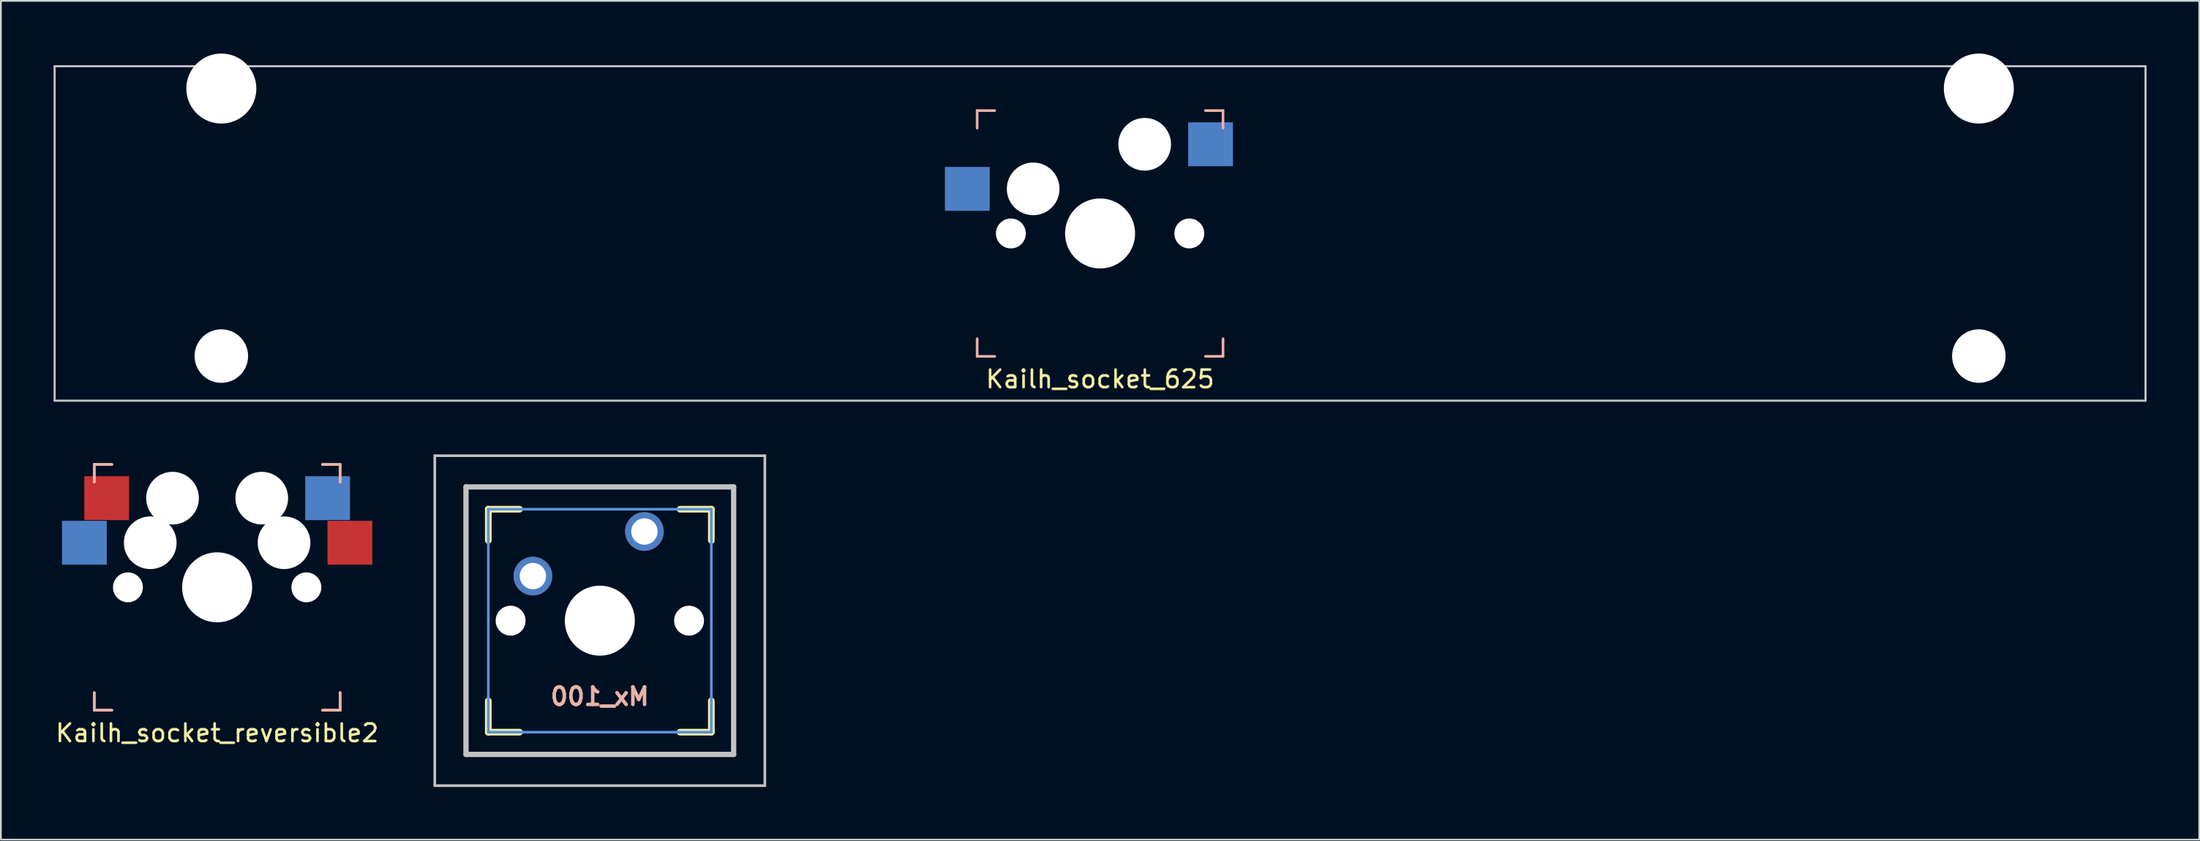
<source format=kicad_pcb>
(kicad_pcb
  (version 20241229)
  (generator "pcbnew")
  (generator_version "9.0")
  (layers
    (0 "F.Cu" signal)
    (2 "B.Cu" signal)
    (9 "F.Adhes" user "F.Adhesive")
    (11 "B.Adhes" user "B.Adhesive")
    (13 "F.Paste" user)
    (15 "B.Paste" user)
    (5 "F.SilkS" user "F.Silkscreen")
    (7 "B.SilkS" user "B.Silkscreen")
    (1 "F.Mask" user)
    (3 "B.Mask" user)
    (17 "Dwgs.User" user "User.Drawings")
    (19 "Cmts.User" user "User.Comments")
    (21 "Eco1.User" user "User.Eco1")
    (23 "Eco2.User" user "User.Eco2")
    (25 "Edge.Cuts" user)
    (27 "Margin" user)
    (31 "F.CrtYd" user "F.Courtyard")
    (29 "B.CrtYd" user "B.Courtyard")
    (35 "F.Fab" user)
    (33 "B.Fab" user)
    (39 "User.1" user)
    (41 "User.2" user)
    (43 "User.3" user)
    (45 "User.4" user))
  (footprint "Mx_100"
    (layer "F.Cu")
    (at 31.105 32.308)
    (property "Reference" "Mx_100" (at 0 4.318 0) (layer "B.SilkS") (effects (font (size 1 1) (thickness 0.2)) (justify mirror)))
    (attr through_hole)
    (fp_line (start -6.35 -6.35) (end -4.572 -6.35) (stroke (width 0.381) (type solid)) (layer "F.SilkS"))
    (fp_line (start -6.35 -4.572) (end -6.35 -6.35) (stroke (width 0.381) (type solid)) (layer "F.SilkS"))
    (fp_line (start -6.35 6.35) (end -6.35 4.572) (stroke (width 0.381) (type solid)) (layer "F.SilkS"))
    (fp_line (start -4.572 6.35) (end -6.35 6.35) (stroke (width 0.381) (type solid)) (layer "F.SilkS"))
    (fp_line (start 4.572 -6.35) (end 6.35 -6.35) (stroke (width 0.381) (type solid)) (layer "F.SilkS"))
    (fp_line (start 6.35 -6.35) (end 6.35 -4.572) (stroke (width 0.381) (type solid)) (layer "F.SilkS"))
    (fp_line (start 6.35 4.572) (end 6.35 6.35) (stroke (width 0.381) (type solid)) (layer "F.SilkS"))
    (fp_line (start 6.35 6.35) (end 4.572 6.35) (stroke (width 0.381) (type solid)) (layer "F.SilkS"))
    (fp_line (start -9.398 -9.398) (end 9.398 -9.398) (stroke (width 0.152) (type solid)) (layer "Dwgs.User"))
    (fp_line (start -9.398 9.398) (end -9.398 -9.398) (stroke (width 0.152) (type solid)) (layer "Dwgs.User"))
    (fp_line (start -7.62 -7.62) (end 7.62 -7.62) (stroke (width 0.3) (type solid)) (layer "Dwgs.User"))
    (fp_line (start -7.62 7.62) (end -7.62 -7.62) (stroke (width 0.3) (type solid)) (layer "Dwgs.User"))
    (fp_line (start 7.62 -7.62) (end 7.62 7.62) (stroke (width 0.3) (type solid)) (layer "Dwgs.User"))
    (fp_line (start 7.62 7.62) (end -7.62 7.62) (stroke (width 0.3) (type solid)) (layer "Dwgs.User"))
    (fp_line (start 9.398 -9.398) (end 9.398 9.398) (stroke (width 0.152) (type solid)) (layer "Dwgs.User"))
    (fp_line (start 9.398 9.398) (end -9.398 9.398) (stroke (width 0.152) (type solid)) (layer "Dwgs.User"))
    (fp_line (start -6.35 -6.35) (end 6.35 -6.35) (stroke (width 0.152) (type solid)) (layer "Cmts.User"))
    (fp_line (start -6.35 6.35) (end -6.35 -6.35) (stroke (width 0.152) (type solid)) (layer "Cmts.User"))
    (fp_line (start 6.35 -6.35) (end 6.35 6.35) (stroke (width 0.152) (type solid)) (layer "Cmts.User"))
    (fp_line (start 6.35 6.35) (end -6.35 6.35) (stroke (width 0.152) (type solid)) (layer "Cmts.User"))
    (fp_line (start -6.985 -6.985) (end 6.985 -6.985) (stroke (width 0.152) (type solid)) (layer "Eco2.User"))
    (fp_line (start -6.985 6.985) (end -6.985 -6.985) (stroke (width 0.152) (type solid)) (layer "Eco2.User"))
    (fp_line (start 6.985 -6.985) (end 6.985 6.985) (stroke (width 0.152) (type solid)) (layer "Eco2.User"))
    (fp_line (start 6.985 6.985) (end -6.985 6.985) (stroke (width 0.152) (type solid)) (layer "Eco2.User"))
    (pad "" np_thru_hole circle (at -5.08 0) (size 1.702 1.702) (drill 1.702) (layers "*.Cu" "*.Mask"))
    (pad "" np_thru_hole circle (at 0 0) (size 3.988 3.988) (drill 3.988) (layers "*.Cu" "*.Mask"))
    (pad "" np_thru_hole circle (at 5.08 0) (size 1.702 1.702) (drill 1.702) (layers "*.Cu" "*.Mask"))
    (pad "1" thru_hole circle (at 2.54 -5.08) (size 2.2 2.2) (drill 1.5) (layers "*.Cu" "*.Mask"))
    (pad "2" thru_hole circle (at -3.81 -2.54) (size 2.2 2.2) (drill 1.5) (layers "*.Cu" "*.Mask")))
  (footprint "Kailh_socket_reversible2"
    (layer "F.Cu")
    (at 9.315 30.409)
    (property "Reference" "Kailh_socket_reversible2" (at 0 8.3 0) (layer "F.SilkS") (effects (font (size 1 1) (thickness 0.15))))
    (attr through_hole)
    (fp_line (start -7 -7) (end -6 -7) (stroke (width 0.15) (type solid)) (layer "F.SilkS"))
    (fp_line (start -7 -6) (end -7 -7) (stroke (width 0.15) (type solid)) (layer "F.SilkS"))
    (fp_line (start -7 7) (end -7 6) (stroke (width 0.15) (type solid)) (layer "F.SilkS"))
    (fp_line (start -6 7) (end -7 7) (stroke (width 0.15) (type solid)) (layer "F.SilkS"))
    (fp_line (start 6 -7) (end 7 -7) (stroke (width 0.15) (type solid)) (layer "F.SilkS"))
    (fp_line (start 7 -7) (end 7 -6) (stroke (width 0.15) (type solid)) (layer "F.SilkS"))
    (fp_line (start 7 6) (end 7 7) (stroke (width 0.15) (type solid)) (layer "F.SilkS"))
    (fp_line (start 7 7) (end 6 7) (stroke (width 0.15) (type solid)) (layer "F.SilkS"))
    (fp_line (start -7 -7) (end -6 -7) (stroke (width 0.15) (type solid)) (layer "B.SilkS"))
    (fp_line (start -7 -6) (end -7 -7) (stroke (width 0.15) (type solid)) (layer "B.SilkS"))
    (fp_line (start -7 7) (end -7 6) (stroke (width 0.15) (type solid)) (layer "B.SilkS"))
    (fp_line (start -6 7) (end -7 7) (stroke (width 0.15) (type solid)) (layer "B.SilkS"))
    (fp_line (start 6 -7) (end 7 -7) (stroke (width 0.15) (type solid)) (layer "B.SilkS"))
    (fp_line (start 7 -7) (end 7 -6) (stroke (width 0.15) (type solid)) (layer "B.SilkS"))
    (fp_line (start 7 6) (end 7 7) (stroke (width 0.15) (type solid)) (layer "B.SilkS"))
    (fp_line (start 7 7) (end 6 7) (stroke (width 0.15) (type solid)) (layer "B.SilkS"))
    (fp_line (start -7.5 -7.5) (end 7.5 -7.5) (stroke (width 0.15) (type solid)) (layer "Eco2.User"))
    (fp_line (start -7.5 7.5) (end -7.5 -7.5) (stroke (width 0.15) (type solid)) (layer "Eco2.User"))
    (fp_line (start -6.9 6.9) (end -6.9 -6.9) (stroke (width 0.15) (type solid)) (layer "Eco2.User"))
    (fp_line (start -6.9 6.9) (end 6.9 6.9) (stroke (width 0.15) (type solid)) (layer "Eco2.User"))
    (fp_line (start 6.9 -6.9) (end -6.9 -6.9) (stroke (width 0.15) (type solid)) (layer "Eco2.User"))
    (fp_line (start 6.9 -6.9) (end 6.9 6.9) (stroke (width 0.15) (type solid)) (layer "Eco2.User"))
    (fp_line (start 7.5 -7.5) (end 7.5 7.5) (stroke (width 0.15) (type solid)) (layer "Eco2.User"))
    (fp_line (start 7.5 7.5) (end -7.5 7.5) (stroke (width 0.15) (type solid)) (layer "Eco2.User"))
    (pad "" np_thru_hole circle (at -5.08 0) (size 1.702 1.702) (drill 1.702) (layers "*.Cu" "*.Mask"))
    (pad "" np_thru_hole circle (at -3.81 -2.54) (size 3 3) (drill 3) (layers "*.Cu" "*.Mask"))
    (pad "" np_thru_hole circle (at -2.54 -5.08) (size 3 3) (drill 3) (layers "*.Cu" "*.Mask"))
    (pad "" np_thru_hole circle (at 0 0) (size 3.988 3.988) (drill 3.988) (layers "*.Cu" "*.Mask"))
    (pad "" np_thru_hole circle (at 2.54 -5.08) (size 3 3) (drill 3) (layers "*.Cu" "*.Mask"))
    (pad "" np_thru_hole circle (at 3.81 -2.54) (size 3 3) (drill 3) (layers "*.Cu" "*.Mask"))
    (pad "" np_thru_hole circle (at 5.08 0) (size 1.702 1.702) (drill 1.702) (layers "*.Cu" "*.Mask"))
    (pad "1" smd rect (at -7.56 -2.54) (size 2.55 2.5) (layers "B.Cu" "B.Mask" "B.Paste"))
    (pad "1" smd rect (at -6.29 -5.08) (size 2.55 2.5) (layers "F.Cu" "F.Mask" "F.Paste"))
    (pad "2" smd rect (at 6.29 -5.08) (size 2.55 2.5) (layers "B.Cu" "B.Mask" "B.Paste"))
    (pad "2" smd rect (at 7.56 -2.54) (size 2.55 2.5) (layers "F.Cu" "F.Mask" "F.Paste")))
  (footprint "Kailh_socket_625"
    (layer "F.Cu")
    (at 59.591 10.249)
    (property "Reference" "Kailh_socket_625" (at 0 8.3 0) (layer "F.SilkS") (effects (font (size 1 1) (thickness 0.15))))
    (attr through_hole)
    (fp_line (start -7 -7) (end -6 -7) (stroke (width 0.15) (type solid)) (layer "B.SilkS"))
    (fp_line (start -7 -6) (end -7 -7) (stroke (width 0.15) (type solid)) (layer "B.SilkS"))
    (fp_line (start -7 7) (end -7 6) (stroke (width 0.15) (type solid)) (layer "B.SilkS"))
    (fp_line (start -6 7) (end -7 7) (stroke (width 0.15) (type solid)) (layer "B.SilkS"))
    (fp_line (start 6 -7) (end 7 -7) (stroke (width 0.15) (type solid)) (layer "B.SilkS"))
    (fp_line (start 7 -7) (end 7 -6) (stroke (width 0.15) (type solid)) (layer "B.SilkS"))
    (fp_line (start 7 6) (end 7 7) (stroke (width 0.15) (type solid)) (layer "B.SilkS"))
    (fp_line (start 7 7) (end 6 7) (stroke (width 0.15) (type solid)) (layer "B.SilkS"))
    (fp_line (start -59.531 -9.525) (end -59.531 9.525) (stroke (width 0.12) (type solid)) (layer "Dwgs.User"))
    (fp_line (start -59.531 -9.525) (end 59.531 -9.525) (stroke (width 0.12) (type solid)) (layer "Dwgs.User"))
    (fp_line (start 59.531 -9.525) (end 59.531 9.525) (stroke (width 0.12) (type solid)) (layer "Dwgs.User"))
    (fp_line (start 59.531 9.525) (end -59.531 9.525) (stroke (width 0.12) (type solid)) (layer "Dwgs.User"))
    (fp_line (start -7.5 -7.5) (end 7.5 -7.5) (stroke (width 0.15) (type solid)) (layer "Eco2.User"))
    (fp_line (start -7.5 7.5) (end -7.5 -7.5) (stroke (width 0.15) (type solid)) (layer "Eco2.User"))
    (fp_line (start -6.9 6.9) (end -6.9 -6.9) (stroke (width 0.15) (type solid)) (layer "Eco2.User"))
    (fp_line (start -6.9 6.9) (end 6.9 6.9) (stroke (width 0.15) (type solid)) (layer "Eco2.User"))
    (fp_line (start 6.9 -6.9) (end -6.9 -6.9) (stroke (width 0.15) (type solid)) (layer "Eco2.User"))
    (fp_line (start 6.9 -6.9) (end 6.9 6.9) (stroke (width 0.15) (type solid)) (layer "Eco2.User"))
    (fp_line (start 7.5 -7.5) (end 7.5 7.5) (stroke (width 0.15) (type solid)) (layer "Eco2.User"))
    (fp_line (start 7.5 7.5) (end -7.5 7.5) (stroke (width 0.15) (type solid)) (layer "Eco2.User"))
    (pad "" np_thru_hole circle (at -50.038 -8.255) (size 3.988 3.988) (drill 3.988) (layers "*.Cu" "*.Mask"))
    (pad "" np_thru_hole circle (at -50.038 6.985) (size 3.048 3.048) (drill 3.048) (layers "*.Cu" "*.Mask"))
    (pad "" np_thru_hole circle (at -5.08 0) (size 1.702 1.702) (drill 1.702) (layers "*.Cu" "*.Mask"))
    (pad "" np_thru_hole circle (at -3.81 -2.54) (size 3 3) (drill 3) (layers "*.Cu" "*.Mask"))
    (pad "" np_thru_hole circle (at 0 0) (size 3.988 3.988) (drill 3.988) (layers "*.Cu" "*.Mask"))
    (pad "" np_thru_hole circle (at 2.54 -5.08) (size 3 3) (drill 3) (layers "*.Cu" "*.Mask"))
    (pad "" np_thru_hole circle (at 5.08 0) (size 1.702 1.702) (drill 1.702) (layers "*.Cu" "*.Mask"))
    (pad "" np_thru_hole circle (at 50.038 -8.255) (size 3.988 3.988) (drill 3.988) (layers "*.Cu" "*.Mask"))
    (pad "" np_thru_hole circle (at 50.038 6.985) (size 3.048 3.048) (drill 3.048) (layers "*.Cu" "*.Mask"))
    (pad "1" smd rect (at 6.29 -5.08) (size 2.55 2.5) (layers "B.Cu" "B.Mask" "B.Paste"))
    (pad "2" smd rect (at -7.56 -2.54) (size 2.55 2.5) (layers "B.Cu" "B.Mask" "B.Paste")))
  (gr_rect
    (start -3 -3)
    (end 122.183 44.782)
    (stroke (width 0.1) (type default))
    (fill no)
    (layer "Edge.Cuts")))
</source>
